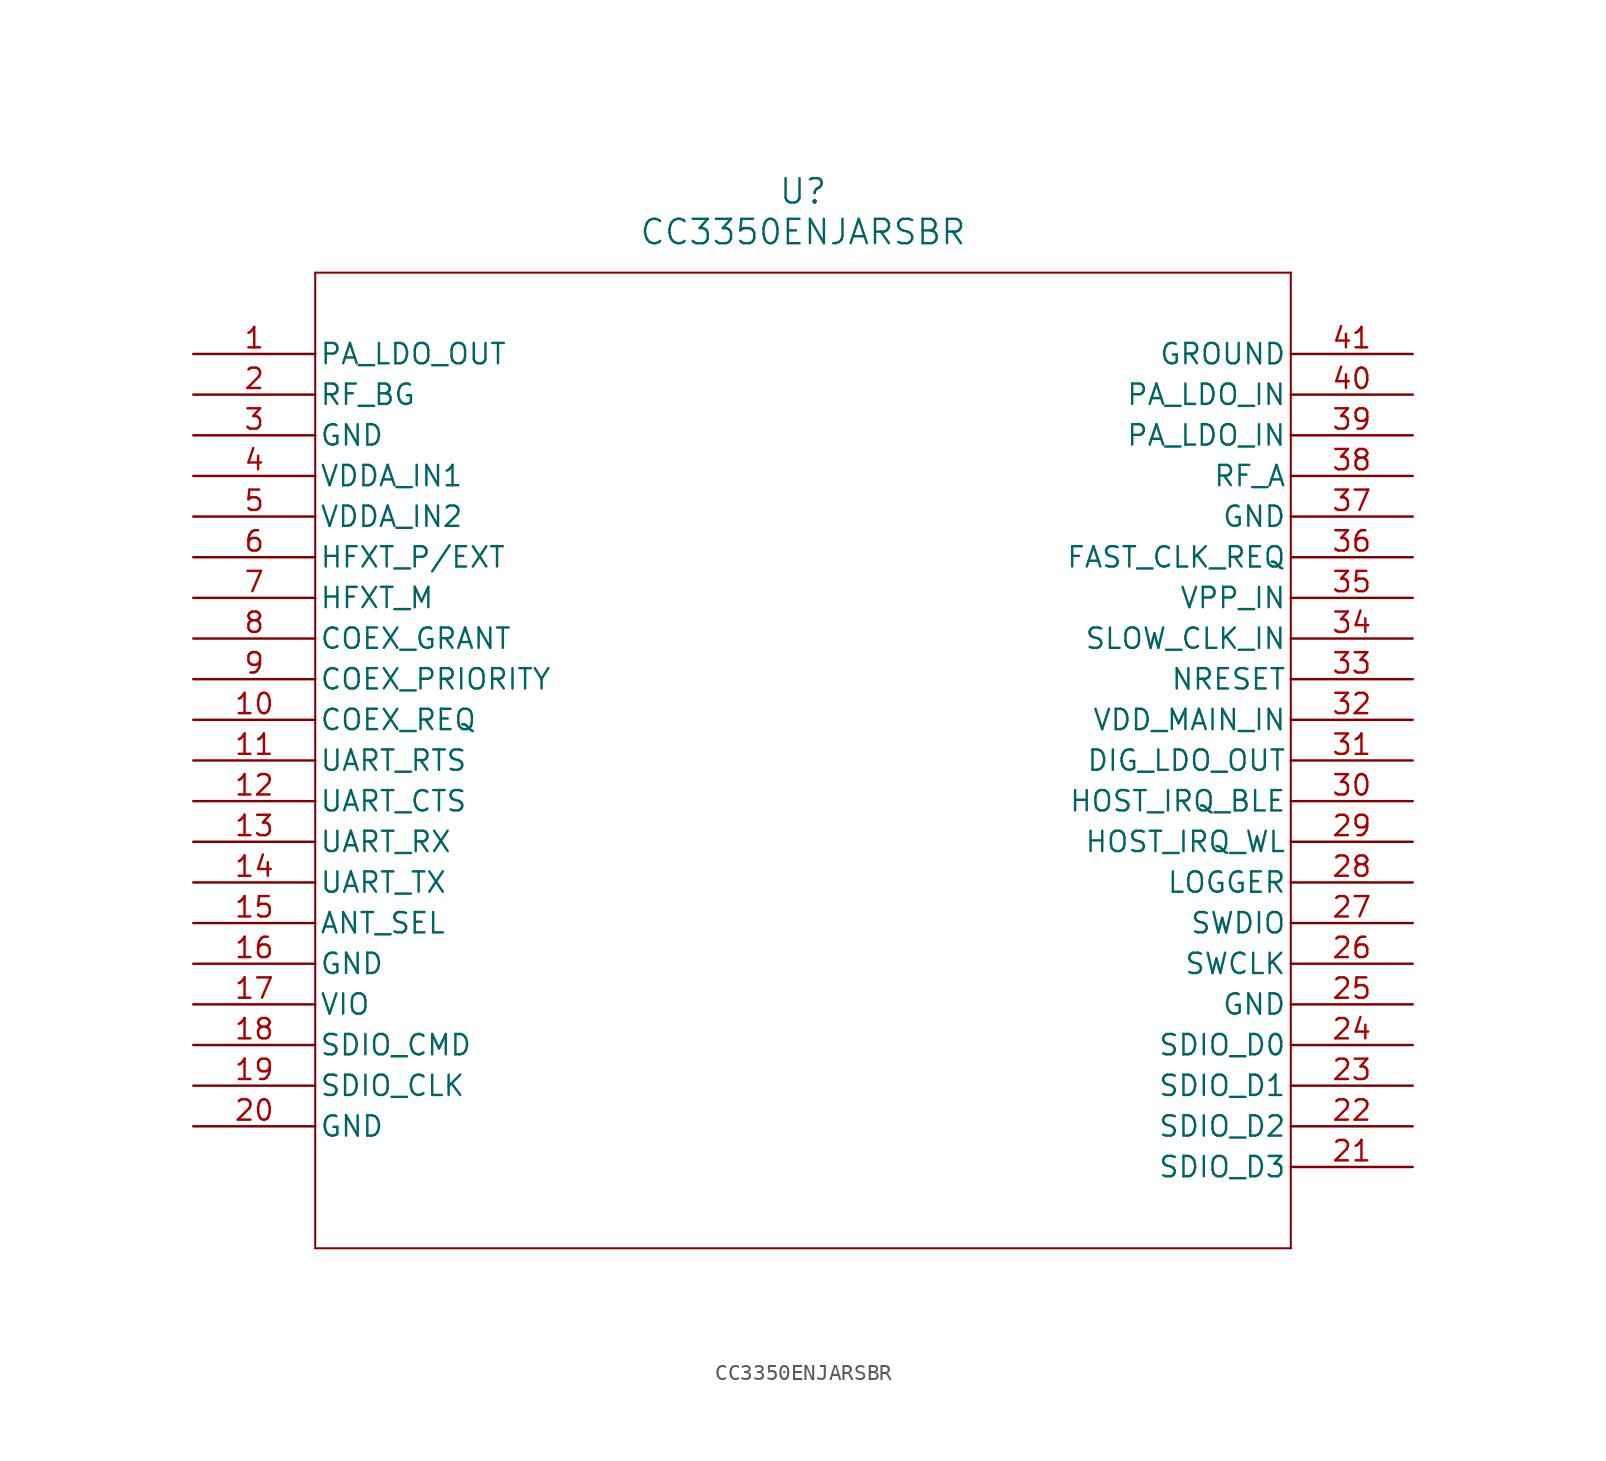
<source format=kicad_sym>
(kicad_symbol_lib
  (version 20211014)
  (generator kicad_symbol_editor)
  (symbol "CC3350ENJARSBR"
    (pin_names
      (offset 0.254))
    (property "Reference" "U"
      (at 38.1 10.16 0)
      (effects (font (size 1.524 1.524))))
    (property "Value" "CC3350ENJARSBR"
      (at 38.1 7.62 0)
      (effects (font (size 1.524 1.524))))
    (symbol "CC3350ENJARSBR_0_1"
      (polyline (pts (xy 7.62 5.08) (xy 7.62 -55.88)) (stroke (width 0.127) (type default) (color 0 0 0 0)) (fill (type none)))
      (polyline (pts (xy 7.62 -55.88) (xy 68.58 -55.88)) (stroke (width 0.127) (type default) (color 0 0 0 0)) (fill (type none)))
      (polyline (pts (xy 68.58 -55.88) (xy 68.58 5.08)) (stroke (width 0.127) (type default) (color 0 0 0 0)) (fill (type none)))
      (polyline (pts (xy 68.58 5.08) (xy 7.62 5.08)) (stroke (width 0.127) (type default) (color 0 0 0 0)) (fill (type none)))
      (pin unspecified line (at 0 0 0) (length 7.62) (name "PA_LDO_OUT" (effects (font (size 1.27 1.27)))) (number "1" (effects (font (size 1.27 1.27)))))
      (pin bidirectional line (at 0 -2.54 0) (length 7.62) (name "RF_BG" (effects (font (size 1.27 1.27)))) (number "2" (effects (font (size 1.27 1.27)))))
      (pin power_out line (at 0 -5.08 0) (length 7.62) (name "GND" (effects (font (size 1.27 1.27)))) (number "3" (effects (font (size 1.27 1.27)))))
      (pin input line (at 0 -7.62 0) (length 7.62) (name "VDDA_IN1" (effects (font (size 1.27 1.27)))) (number "4" (effects (font (size 1.27 1.27)))))
      (pin input line (at 0 -10.16 0) (length 7.62) (name "VDDA_IN2" (effects (font (size 1.27 1.27)))) (number "5" (effects (font (size 1.27 1.27)))))
      (pin unspecified line (at 0 -12.7 0) (length 7.62) (name "HFXT_P/EXT" (effects (font (size 1.27 1.27)))) (number "6" (effects (font (size 1.27 1.27)))))
      (pin unspecified line (at 0 -15.24 0) (length 7.62) (name "HFXT_M" (effects (font (size 1.27 1.27)))) (number "7" (effects (font (size 1.27 1.27)))))
      (pin output line (at 0 -17.78 0) (length 7.62) (name "COEX_GRANT" (effects (font (size 1.27 1.27)))) (number "8" (effects (font (size 1.27 1.27)))))
      (pin input line (at 0 -20.32 0) (length 7.62) (name "COEX_PRIORITY" (effects (font (size 1.27 1.27)))) (number "9" (effects (font (size 1.27 1.27)))))
      (pin input line (at 0 -22.86 0) (length 7.62) (name "COEX_REQ" (effects (font (size 1.27 1.27)))) (number "10" (effects (font (size 1.27 1.27)))))
      (pin output line (at 0 -25.4 0) (length 7.62) (name "UART RTS" (effects (font (size 1.27 1.27)))) (number "11" (effects (font (size 1.27 1.27)))))
      (pin input line (at 0 -27.94 0) (length 7.62) (name "UART CTS" (effects (font (size 1.27 1.27)))) (number "12" (effects (font (size 1.27 1.27)))))
      (pin input line (at 0 -30.48 0) (length 7.62) (name "UART RX" (effects (font (size 1.27 1.27)))) (number "13" (effects (font (size 1.27 1.27)))))
      (pin output line (at 0 -33.02 0) (length 7.62) (name "UART TX" (effects (font (size 1.27 1.27)))) (number "14" (effects (font (size 1.27 1.27)))))
      (pin output line (at 0 -35.56 0) (length 7.62) (name "ANT_SEL" (effects (font (size 1.27 1.27)))) (number "15" (effects (font (size 1.27 1.27)))))
      (pin power_out line (at 0 -38.1 0) (length 7.62) (name "GND" (effects (font (size 1.27 1.27)))) (number "16" (effects (font (size 1.27 1.27)))))
      (pin power_in line (at 0 -40.64 0) (length 7.62) (name "VIO" (effects (font (size 1.27 1.27)))) (number "17" (effects (font (size 1.27 1.27)))))
      (pin bidirectional line (at 0 -43.18 0) (length 7.62) (name "SDIO CMD" (effects (font (size 1.27 1.27)))) (number "18" (effects (font (size 1.27 1.27)))))
      (pin input line (at 0 -45.72 0) (length 7.62) (name "SDIO CLK" (effects (font (size 1.27 1.27)))) (number "19" (effects (font (size 1.27 1.27)))))
      (pin power_out line (at 0 -48.26 0) (length 7.62) (name "GND" (effects (font (size 1.27 1.27)))) (number "20" (effects (font (size 1.27 1.27)))))
      (pin bidirectional line (at 76.2 -50.8 180) (length 7.62) (name "SDIO_D3" (effects (font (size 1.27 1.27)))) (number "21" (effects (font (size 1.27 1.27)))))
      (pin bidirectional line (at 76.2 -48.26 180) (length 7.62) (name "SDIO_D2" (effects (font (size 1.27 1.27)))) (number "22" (effects (font (size 1.27 1.27)))))
      (pin bidirectional line (at 76.2 -45.72 180) (length 7.62) (name "SDIO_D1" (effects (font (size 1.27 1.27)))) (number "23" (effects (font (size 1.27 1.27)))))
      (pin bidirectional line (at 76.2 -43.18 180) (length 7.62) (name "SDIO_D0" (effects (font (size 1.27 1.27)))) (number "24" (effects (font (size 1.27 1.27)))))
      (pin power_out line (at 76.2 -40.64 180) (length 7.62) (name "GND" (effects (font (size 1.27 1.27)))) (number "25" (effects (font (size 1.27 1.27)))))
      (pin input line (at 76.2 -38.1 180) (length 7.62) (name "SWCLK" (effects (font (size 1.27 1.27)))) (number "26" (effects (font (size 1.27 1.27)))))
      (pin bidirectional line (at 76.2 -35.56 180) (length 7.62) (name "SWDIO" (effects (font (size 1.27 1.27)))) (number "27" (effects (font (size 1.27 1.27)))))
      (pin output line (at 76.2 -33.02 180) (length 7.62) (name "LOGGER" (effects (font (size 1.27 1.27)))) (number "28" (effects (font (size 1.27 1.27)))))
      (pin output line (at 76.2 -30.48 180) (length 7.62) (name "HOST_IRQ_WL" (effects (font (size 1.27 1.27)))) (number "29" (effects (font (size 1.27 1.27)))))
      (pin output line (at 76.2 -27.94 180) (length 7.62) (name "HOST_IRQ_BLE" (effects (font (size 1.27 1.27)))) (number "30" (effects (font (size 1.27 1.27)))))
      (pin output line (at 76.2 -25.4 180) (length 7.62) (name "DIG_LDO_OUT" (effects (font (size 1.27 1.27)))) (number "31" (effects (font (size 1.27 1.27)))))
      (pin power_in line (at 76.2 -22.86 180) (length 7.62) (name "VDD_MAIN_IN" (effects (font (size 1.27 1.27)))) (number "32" (effects (font (size 1.27 1.27)))))
      (pin input line (at 76.2 -20.32 180) (length 7.62) (name "NRESET" (effects (font (size 1.27 1.27)))) (number "33" (effects (font (size 1.27 1.27)))))
      (pin input line (at 76.2 -17.78 180) (length 7.62) (name "SLOW_CLK_IN" (effects (font (size 1.27 1.27)))) (number "34" (effects (font (size 1.27 1.27)))))
      (pin power_in line (at 76.2 -15.24 180) (length 7.62) (name "VPP_IN" (effects (font (size 1.27 1.27)))) (number "35" (effects (font (size 1.27 1.27)))))
      (pin output line (at 76.2 -12.7 180) (length 7.62) (name "FAST_CLK_REQ" (effects (font (size 1.27 1.27)))) (number "36" (effects (font (size 1.27 1.27)))))
      (pin power_out line (at 76.2 -10.16 180) (length 7.62) (name "GND" (effects (font (size 1.27 1.27)))) (number "37" (effects (font (size 1.27 1.27)))))
      (pin bidirectional line (at 76.2 -7.62 180) (length 7.62) (name "RF_A" (effects (font (size 1.27 1.27)))) (number "38" (effects (font (size 1.27 1.27)))))
      (pin power_in line (at 76.2 -5.08 180) (length 7.62) (name "PA_LDO_IN" (effects (font (size 1.27 1.27)))) (number "39" (effects (font (size 1.27 1.27)))))
      (pin power_in line (at 76.2 -2.54 180) (length 7.62) (name "PA_LDO_IN" (effects (font (size 1.27 1.27)))) (number "40" (effects (font (size 1.27 1.27)))))
      (pin power_out line (at 76.2 0 180) (length 7.62) (name "GROUND" (effects (font (size 1.27 1.27)))) (number "41" (effects (font (size 1.27 1.27))))))))
</source>
